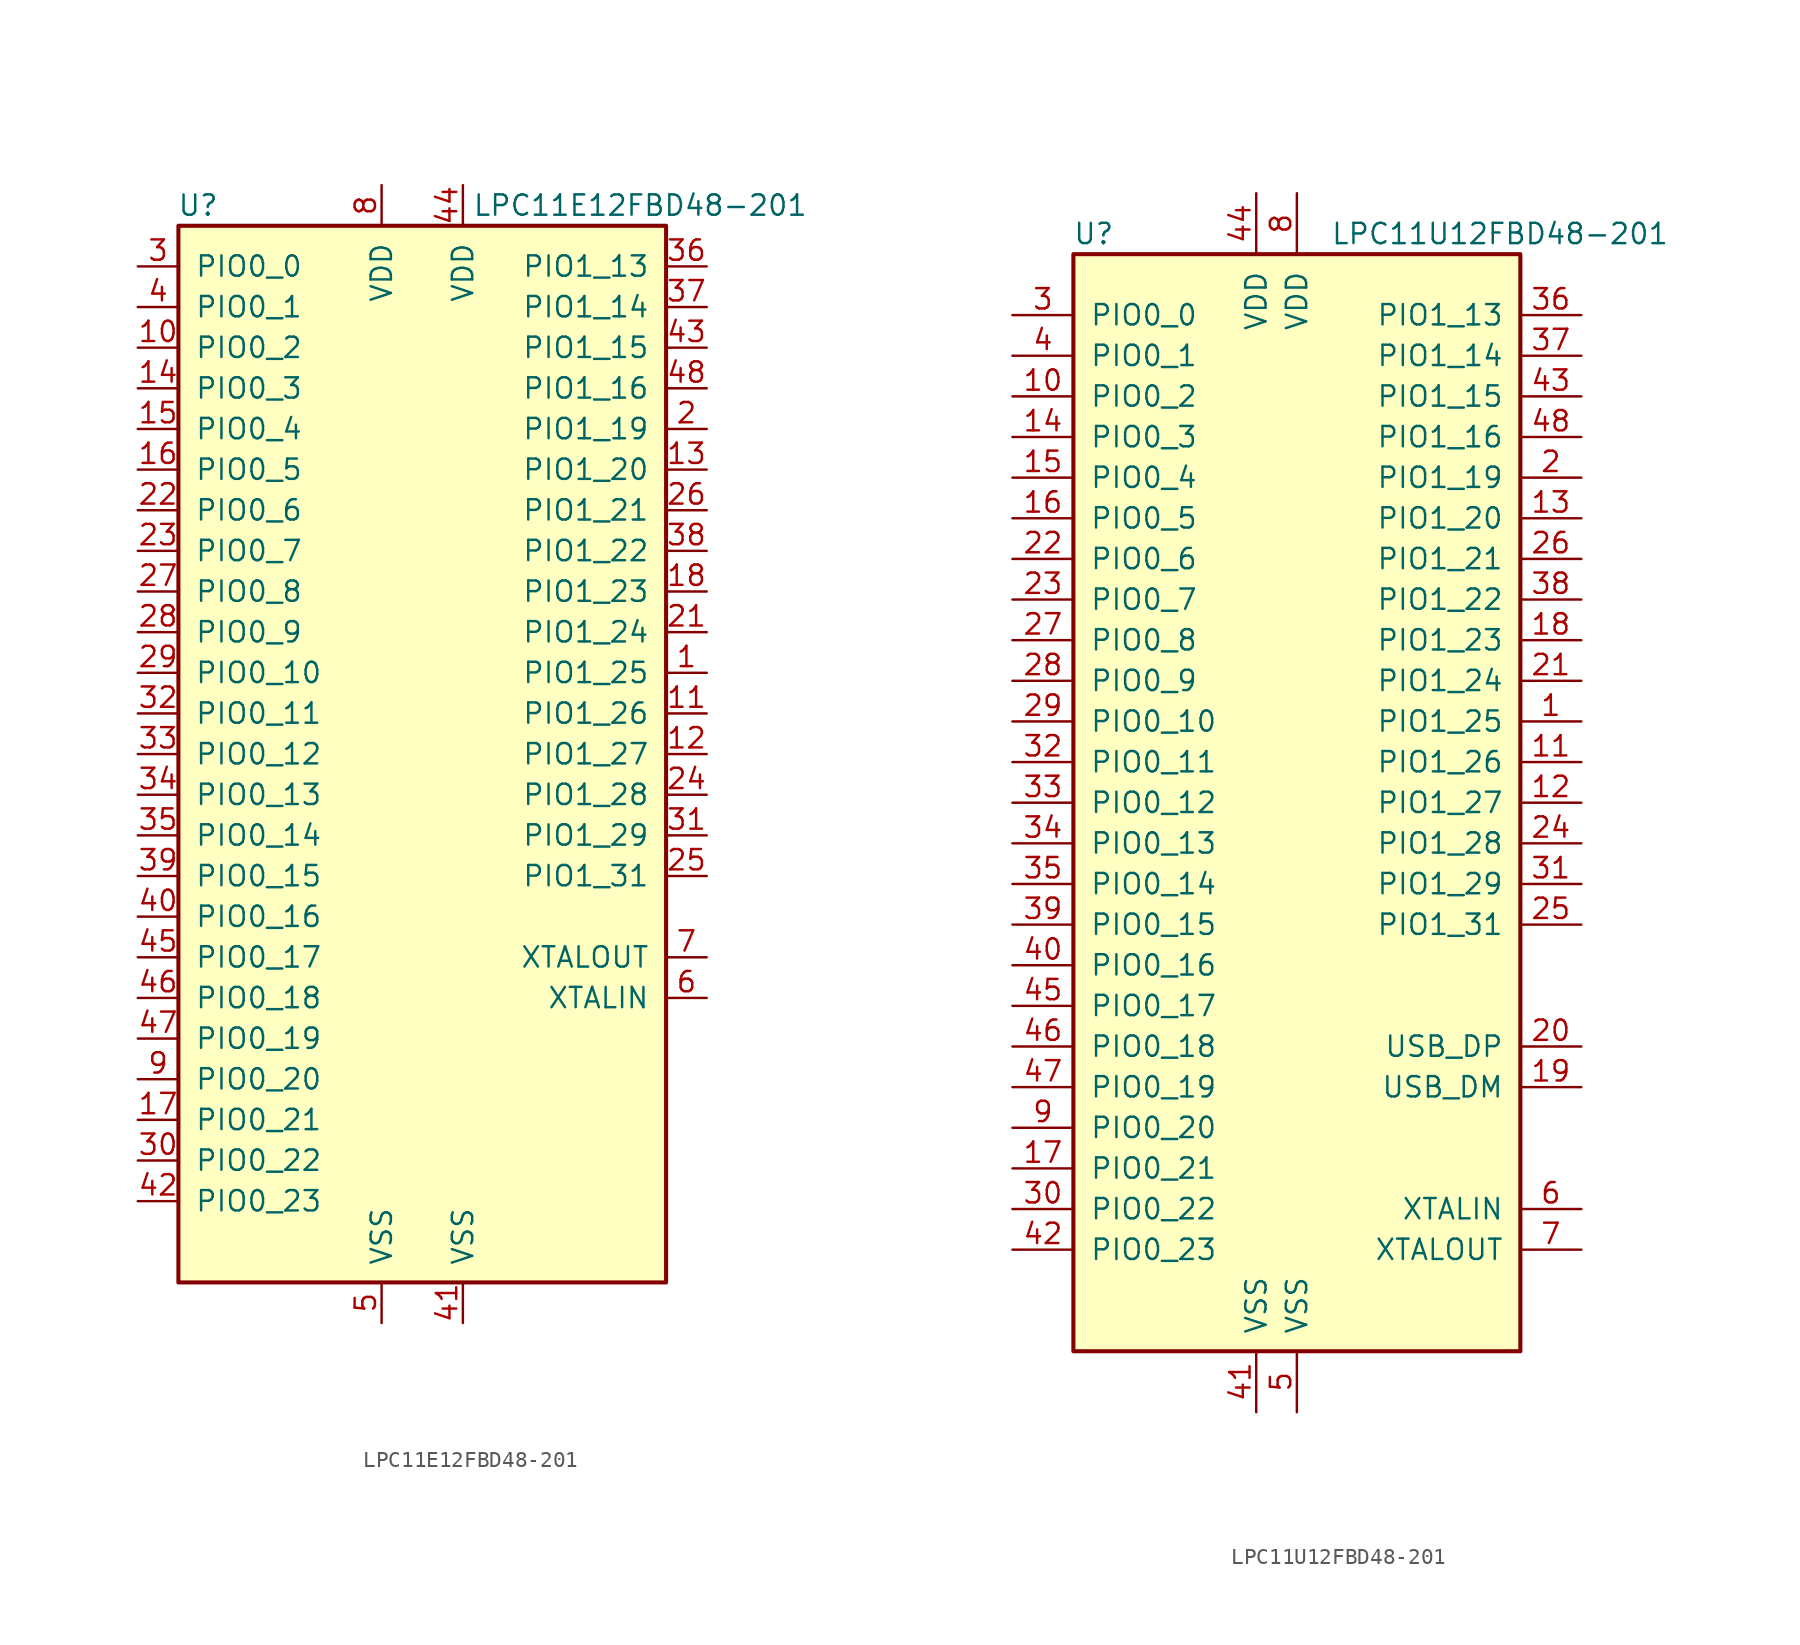
<source format=kicad_sym>
(kicad_symbol_lib
  (version 20201005)
  (generator kicad_symbol_editor)
  (symbol "MCU_NXP_LPC:LPC11E12FBD48-201"
    (pin_names
      (offset 1.016))
    (property "Reference" "U"
      (at -12.7 34.29 0)
      (effects (font (size 1.27 1.27)) (justify right)))
    (property "Value" "LPC11E12FBD48-201"
      (at 24.13 34.29 0)
      (effects (font (size 1.27 1.27)) (justify right)))
    (symbol "LPC11E12FBD48-201_0_1"
      (rectangle (start -15.24 33.02) (end 15.24 -33.02) (stroke (width 0.254)) (fill (type background))))
    (symbol "LPC11E12FBD48-201_1_1"
      (pin bidirectional line (at 17.78 5.08 180) (length 2.54) (name "PIO1_25" (effects (font (size 1.27 1.27)))) (number "1" (effects (font (size 1.27 1.27)))))
      (pin bidirectional line (at -17.78 25.4 0) (length 2.54) (name "PIO0_2" (effects (font (size 1.27 1.27)))) (number "10" (effects (font (size 1.27 1.27)))))
      (pin bidirectional line (at 17.78 2.54 180) (length 2.54) (name "PIO1_26" (effects (font (size 1.27 1.27)))) (number "11" (effects (font (size 1.27 1.27)))))
      (pin bidirectional line (at 17.78 0 180) (length 2.54) (name "PIO1_27" (effects (font (size 1.27 1.27)))) (number "12" (effects (font (size 1.27 1.27)))))
      (pin bidirectional line (at 17.78 17.78 180) (length 2.54) (name "PIO1_20" (effects (font (size 1.27 1.27)))) (number "13" (effects (font (size 1.27 1.27)))))
      (pin bidirectional line (at -17.78 22.86 0) (length 2.54) (name "PIO0_3" (effects (font (size 1.27 1.27)))) (number "14" (effects (font (size 1.27 1.27)))))
      (pin open_collector line (at -17.78 20.32 0) (length 2.54) (name "PIO0_4" (effects (font (size 1.27 1.27)))) (number "15" (effects (font (size 1.27 1.27)))))
      (pin open_collector line (at -17.78 17.78 0) (length 2.54) (name "PIO0_5" (effects (font (size 1.27 1.27)))) (number "16" (effects (font (size 1.27 1.27)))))
      (pin bidirectional line (at -17.78 -22.86 0) (length 2.54) (name "PIO0_21" (effects (font (size 1.27 1.27)))) (number "17" (effects (font (size 1.27 1.27)))))
      (pin bidirectional line (at 17.78 10.16 180) (length 2.54) (name "PIO1_23" (effects (font (size 1.27 1.27)))) (number "18" (effects (font (size 1.27 1.27)))))
      (pin no_connect line (at 17.78 -22.86 180) (length 2.54) hide (name "NC" (effects (font (size 1.27 1.27)))) (number "19" (effects (font (size 1.27 1.27)))))
      (pin bidirectional line (at 17.78 20.32 180) (length 2.54) (name "PIO1_19" (effects (font (size 1.27 1.27)))) (number "2" (effects (font (size 1.27 1.27)))))
      (pin no_connect line (at 17.78 -20.32 180) (length 2.54) hide (name "NC" (effects (font (size 1.27 1.27)))) (number "20" (effects (font (size 1.27 1.27)))))
      (pin bidirectional line (at 17.78 7.62 180) (length 2.54) (name "PIO1_24" (effects (font (size 1.27 1.27)))) (number "21" (effects (font (size 1.27 1.27)))))
      (pin bidirectional line (at -17.78 15.24 0) (length 2.54) (name "PIO0_6" (effects (font (size 1.27 1.27)))) (number "22" (effects (font (size 1.27 1.27)))))
      (pin bidirectional line (at -17.78 12.7 0) (length 2.54) (name "PIO0_7" (effects (font (size 1.27 1.27)))) (number "23" (effects (font (size 1.27 1.27)))))
      (pin bidirectional line (at 17.78 -2.54 180) (length 2.54) (name "PIO1_28" (effects (font (size 1.27 1.27)))) (number "24" (effects (font (size 1.27 1.27)))))
      (pin bidirectional line (at 17.78 -7.62 180) (length 2.54) (name "PIO1_31" (effects (font (size 1.27 1.27)))) (number "25" (effects (font (size 1.27 1.27)))))
      (pin bidirectional line (at 17.78 15.24 180) (length 2.54) (name "PIO1_21" (effects (font (size 1.27 1.27)))) (number "26" (effects (font (size 1.27 1.27)))))
      (pin bidirectional line (at -17.78 10.16 0) (length 2.54) (name "PIO0_8" (effects (font (size 1.27 1.27)))) (number "27" (effects (font (size 1.27 1.27)))))
      (pin bidirectional line (at -17.78 7.62 0) (length 2.54) (name "PIO0_9" (effects (font (size 1.27 1.27)))) (number "28" (effects (font (size 1.27 1.27)))))
      (pin bidirectional line (at -17.78 5.08 0) (length 2.54) (name "PIO0_10" (effects (font (size 1.27 1.27)))) (number "29" (effects (font (size 1.27 1.27)))))
      (pin bidirectional line (at -17.78 30.48 0) (length 2.54) (name "PIO0_0" (effects (font (size 1.27 1.27)))) (number "3" (effects (font (size 1.27 1.27)))))
      (pin bidirectional line (at -17.78 -25.4 0) (length 2.54) (name "PIO0_22" (effects (font (size 1.27 1.27)))) (number "30" (effects (font (size 1.27 1.27)))))
      (pin bidirectional line (at 17.78 -5.08 180) (length 2.54) (name "PIO1_29" (effects (font (size 1.27 1.27)))) (number "31" (effects (font (size 1.27 1.27)))))
      (pin bidirectional line (at -17.78 2.54 0) (length 2.54) (name "PIO0_11" (effects (font (size 1.27 1.27)))) (number "32" (effects (font (size 1.27 1.27)))))
      (pin bidirectional line (at -17.78 0 0) (length 2.54) (name "PIO0_12" (effects (font (size 1.27 1.27)))) (number "33" (effects (font (size 1.27 1.27)))))
      (pin bidirectional line (at -17.78 -2.54 0) (length 2.54) (name "PIO0_13" (effects (font (size 1.27 1.27)))) (number "34" (effects (font (size 1.27 1.27)))))
      (pin bidirectional line (at -17.78 -5.08 0) (length 2.54) (name "PIO0_14" (effects (font (size 1.27 1.27)))) (number "35" (effects (font (size 1.27 1.27)))))
      (pin bidirectional line (at 17.78 30.48 180) (length 2.54) (name "PIO1_13" (effects (font (size 1.27 1.27)))) (number "36" (effects (font (size 1.27 1.27)))))
      (pin bidirectional line (at 17.78 27.94 180) (length 2.54) (name "PIO1_14" (effects (font (size 1.27 1.27)))) (number "37" (effects (font (size 1.27 1.27)))))
      (pin bidirectional line (at 17.78 12.7 180) (length 2.54) (name "PIO1_22" (effects (font (size 1.27 1.27)))) (number "38" (effects (font (size 1.27 1.27)))))
      (pin bidirectional line (at -17.78 -7.62 0) (length 2.54) (name "PIO0_15" (effects (font (size 1.27 1.27)))) (number "39" (effects (font (size 1.27 1.27)))))
      (pin bidirectional line (at -17.78 27.94 0) (length 2.54) (name "PIO0_1" (effects (font (size 1.27 1.27)))) (number "4" (effects (font (size 1.27 1.27)))))
      (pin bidirectional line (at -17.78 -10.16 0) (length 2.54) (name "PIO0_16" (effects (font (size 1.27 1.27)))) (number "40" (effects (font (size 1.27 1.27)))))
      (pin power_in line (at 2.54 -35.56 90) (length 2.54) (name "VSS" (effects (font (size 1.27 1.27)))) (number "41" (effects (font (size 1.27 1.27)))))
      (pin bidirectional line (at -17.78 -27.94 0) (length 2.54) (name "PIO0_23" (effects (font (size 1.27 1.27)))) (number "42" (effects (font (size 1.27 1.27)))))
      (pin bidirectional line (at 17.78 25.4 180) (length 2.54) (name "PIO1_15" (effects (font (size 1.27 1.27)))) (number "43" (effects (font (size 1.27 1.27)))))
      (pin power_in line (at 2.54 35.56 270) (length 2.54) (name "VDD" (effects (font (size 1.27 1.27)))) (number "44" (effects (font (size 1.27 1.27)))))
      (pin bidirectional line (at -17.78 -12.7 0) (length 2.54) (name "PIO0_17" (effects (font (size 1.27 1.27)))) (number "45" (effects (font (size 1.27 1.27)))))
      (pin bidirectional line (at -17.78 -15.24 0) (length 2.54) (name "PIO0_18" (effects (font (size 1.27 1.27)))) (number "46" (effects (font (size 1.27 1.27)))))
      (pin bidirectional line (at -17.78 -17.78 0) (length 2.54) (name "PIO0_19" (effects (font (size 1.27 1.27)))) (number "47" (effects (font (size 1.27 1.27)))))
      (pin bidirectional line (at 17.78 22.86 180) (length 2.54) (name "PIO1_16" (effects (font (size 1.27 1.27)))) (number "48" (effects (font (size 1.27 1.27)))))
      (pin power_in line (at -2.54 -35.56 90) (length 2.54) (name "VSS" (effects (font (size 1.27 1.27)))) (number "5" (effects (font (size 1.27 1.27)))))
      (pin passive line (at 17.78 -15.24 180) (length 2.54) (name "XTALIN" (effects (font (size 1.27 1.27)))) (number "6" (effects (font (size 1.27 1.27)))))
      (pin passive line (at 17.78 -12.7 180) (length 2.54) (name "XTALOUT" (effects (font (size 1.27 1.27)))) (number "7" (effects (font (size 1.27 1.27)))))
      (pin power_in line (at -2.54 35.56 270) (length 2.54) (name "VDD" (effects (font (size 1.27 1.27)))) (number "8" (effects (font (size 1.27 1.27)))))
      (pin bidirectional line (at -17.78 -20.32 0) (length 2.54) (name "PIO0_20" (effects (font (size 1.27 1.27)))) (number "9" (effects (font (size 1.27 1.27)))))))
  (symbol "MCU_NXP_LPC:LPC11U12FBD48-201"
    (pin_names
      (offset 1.016))
    (property "Reference" "U"
      (at -12.7 35.56 0)
      (effects (font (size 1.27 1.27))))
    (property "Value" "LPC11U12FBD48-201"
      (at 12.7 35.56 0)
      (effects (font (size 1.27 1.27))))
    (symbol "LPC11U12FBD48-201_0_1"
      (rectangle (start -13.97 34.29) (end 13.97 -34.29) (stroke (width 0.254)) (fill (type background))))
    (symbol "LPC11U12FBD48-201_1_1"
      (pin bidirectional line (at 17.78 5.08 180) (length 3.81) (name "PIO1_25" (effects (font (size 1.27 1.27)))) (number "1" (effects (font (size 1.27 1.27)))))
      (pin bidirectional line (at -17.78 25.4 0) (length 3.81) (name "PIO0_2" (effects (font (size 1.27 1.27)))) (number "10" (effects (font (size 1.27 1.27)))))
      (pin bidirectional line (at 17.78 2.54 180) (length 3.81) (name "PIO1_26" (effects (font (size 1.27 1.27)))) (number "11" (effects (font (size 1.27 1.27)))))
      (pin bidirectional line (at 17.78 0 180) (length 3.81) (name "PIO1_27" (effects (font (size 1.27 1.27)))) (number "12" (effects (font (size 1.27 1.27)))))
      (pin bidirectional line (at 17.78 17.78 180) (length 3.81) (name "PIO1_20" (effects (font (size 1.27 1.27)))) (number "13" (effects (font (size 1.27 1.27)))))
      (pin bidirectional line (at -17.78 22.86 0) (length 3.81) (name "PIO0_3" (effects (font (size 1.27 1.27)))) (number "14" (effects (font (size 1.27 1.27)))))
      (pin bidirectional line (at -17.78 20.32 0) (length 3.81) (name "PIO0_4" (effects (font (size 1.27 1.27)))) (number "15" (effects (font (size 1.27 1.27)))))
      (pin bidirectional line (at -17.78 17.78 0) (length 3.81) (name "PIO0_5" (effects (font (size 1.27 1.27)))) (number "16" (effects (font (size 1.27 1.27)))))
      (pin bidirectional line (at -17.78 -22.86 0) (length 3.81) (name "PIO0_21" (effects (font (size 1.27 1.27)))) (number "17" (effects (font (size 1.27 1.27)))))
      (pin bidirectional line (at 17.78 10.16 180) (length 3.81) (name "PIO1_23" (effects (font (size 1.27 1.27)))) (number "18" (effects (font (size 1.27 1.27)))))
      (pin bidirectional line (at 17.78 -17.78 180) (length 3.81) (name "USB_DM" (effects (font (size 1.27 1.27)))) (number "19" (effects (font (size 1.27 1.27)))))
      (pin bidirectional line (at 17.78 20.32 180) (length 3.81) (name "PIO1_19" (effects (font (size 1.27 1.27)))) (number "2" (effects (font (size 1.27 1.27)))))
      (pin bidirectional line (at 17.78 -15.24 180) (length 3.81) (name "USB_DP" (effects (font (size 1.27 1.27)))) (number "20" (effects (font (size 1.27 1.27)))))
      (pin bidirectional line (at 17.78 7.62 180) (length 3.81) (name "PIO1_24" (effects (font (size 1.27 1.27)))) (number "21" (effects (font (size 1.27 1.27)))))
      (pin bidirectional line (at -17.78 15.24 0) (length 3.81) (name "PIO0_6" (effects (font (size 1.27 1.27)))) (number "22" (effects (font (size 1.27 1.27)))))
      (pin bidirectional line (at -17.78 12.7 0) (length 3.81) (name "PIO0_7" (effects (font (size 1.27 1.27)))) (number "23" (effects (font (size 1.27 1.27)))))
      (pin bidirectional line (at 17.78 -2.54 180) (length 3.81) (name "PIO1_28" (effects (font (size 1.27 1.27)))) (number "24" (effects (font (size 1.27 1.27)))))
      (pin bidirectional line (at 17.78 -7.62 180) (length 3.81) (name "PIO1_31" (effects (font (size 1.27 1.27)))) (number "25" (effects (font (size 1.27 1.27)))))
      (pin bidirectional line (at 17.78 15.24 180) (length 3.81) (name "PIO1_21" (effects (font (size 1.27 1.27)))) (number "26" (effects (font (size 1.27 1.27)))))
      (pin bidirectional line (at -17.78 10.16 0) (length 3.81) (name "PIO0_8" (effects (font (size 1.27 1.27)))) (number "27" (effects (font (size 1.27 1.27)))))
      (pin bidirectional line (at -17.78 7.62 0) (length 3.81) (name "PIO0_9" (effects (font (size 1.27 1.27)))) (number "28" (effects (font (size 1.27 1.27)))))
      (pin bidirectional line (at -17.78 5.08 0) (length 3.81) (name "PIO0_10" (effects (font (size 1.27 1.27)))) (number "29" (effects (font (size 1.27 1.27)))))
      (pin bidirectional line (at -17.78 30.48 0) (length 3.81) (name "PIO0_0" (effects (font (size 1.27 1.27)))) (number "3" (effects (font (size 1.27 1.27)))))
      (pin bidirectional line (at -17.78 -25.4 0) (length 3.81) (name "PIO0_22" (effects (font (size 1.27 1.27)))) (number "30" (effects (font (size 1.27 1.27)))))
      (pin bidirectional line (at 17.78 -5.08 180) (length 3.81) (name "PIO1_29" (effects (font (size 1.27 1.27)))) (number "31" (effects (font (size 1.27 1.27)))))
      (pin bidirectional line (at -17.78 2.54 0) (length 3.81) (name "PIO0_11" (effects (font (size 1.27 1.27)))) (number "32" (effects (font (size 1.27 1.27)))))
      (pin bidirectional line (at -17.78 0 0) (length 3.81) (name "PIO0_12" (effects (font (size 1.27 1.27)))) (number "33" (effects (font (size 1.27 1.27)))))
      (pin bidirectional line (at -17.78 -2.54 0) (length 3.81) (name "PIO0_13" (effects (font (size 1.27 1.27)))) (number "34" (effects (font (size 1.27 1.27)))))
      (pin bidirectional line (at -17.78 -5.08 0) (length 3.81) (name "PIO0_14" (effects (font (size 1.27 1.27)))) (number "35" (effects (font (size 1.27 1.27)))))
      (pin bidirectional line (at 17.78 30.48 180) (length 3.81) (name "PIO1_13" (effects (font (size 1.27 1.27)))) (number "36" (effects (font (size 1.27 1.27)))))
      (pin bidirectional line (at 17.78 27.94 180) (length 3.81) (name "PIO1_14" (effects (font (size 1.27 1.27)))) (number "37" (effects (font (size 1.27 1.27)))))
      (pin bidirectional line (at 17.78 12.7 180) (length 3.81) (name "PIO1_22" (effects (font (size 1.27 1.27)))) (number "38" (effects (font (size 1.27 1.27)))))
      (pin bidirectional line (at -17.78 -7.62 0) (length 3.81) (name "PIO0_15" (effects (font (size 1.27 1.27)))) (number "39" (effects (font (size 1.27 1.27)))))
      (pin bidirectional line (at -17.78 27.94 0) (length 3.81) (name "PIO0_1" (effects (font (size 1.27 1.27)))) (number "4" (effects (font (size 1.27 1.27)))))
      (pin bidirectional line (at -17.78 -10.16 0) (length 3.81) (name "PIO0_16" (effects (font (size 1.27 1.27)))) (number "40" (effects (font (size 1.27 1.27)))))
      (pin power_in line (at -2.54 -38.1 90) (length 3.81) (name "VSS" (effects (font (size 1.27 1.27)))) (number "41" (effects (font (size 1.27 1.27)))))
      (pin bidirectional line (at -17.78 -27.94 0) (length 3.81) (name "PIO0_23" (effects (font (size 1.27 1.27)))) (number "42" (effects (font (size 1.27 1.27)))))
      (pin bidirectional line (at 17.78 25.4 180) (length 3.81) (name "PIO1_15" (effects (font (size 1.27 1.27)))) (number "43" (effects (font (size 1.27 1.27)))))
      (pin power_in line (at -2.54 38.1 270) (length 3.81) (name "VDD" (effects (font (size 1.27 1.27)))) (number "44" (effects (font (size 1.27 1.27)))))
      (pin bidirectional line (at -17.78 -12.7 0) (length 3.81) (name "PIO0_17" (effects (font (size 1.27 1.27)))) (number "45" (effects (font (size 1.27 1.27)))))
      (pin bidirectional line (at -17.78 -15.24 0) (length 3.81) (name "PIO0_18" (effects (font (size 1.27 1.27)))) (number "46" (effects (font (size 1.27 1.27)))))
      (pin bidirectional line (at -17.78 -17.78 0) (length 3.81) (name "PIO0_19" (effects (font (size 1.27 1.27)))) (number "47" (effects (font (size 1.27 1.27)))))
      (pin bidirectional line (at 17.78 22.86 180) (length 3.81) (name "PIO1_16" (effects (font (size 1.27 1.27)))) (number "48" (effects (font (size 1.27 1.27)))))
      (pin power_in line (at 0 -38.1 90) (length 3.81) (name "VSS" (effects (font (size 1.27 1.27)))) (number "5" (effects (font (size 1.27 1.27)))))
      (pin input line (at 17.78 -25.4 180) (length 3.81) (name "XTALIN" (effects (font (size 1.27 1.27)))) (number "6" (effects (font (size 1.27 1.27)))))
      (pin output line (at 17.78 -27.94 180) (length 3.81) (name "XTALOUT" (effects (font (size 1.27 1.27)))) (number "7" (effects (font (size 1.27 1.27)))))
      (pin power_in line (at 0 38.1 270) (length 3.81) (name "VDD" (effects (font (size 1.27 1.27)))) (number "8" (effects (font (size 1.27 1.27)))))
      (pin bidirectional line (at -17.78 -20.32 0) (length 3.81) (name "PIO0_20" (effects (font (size 1.27 1.27)))) (number "9" (effects (font (size 1.27 1.27))))))))
</source>
